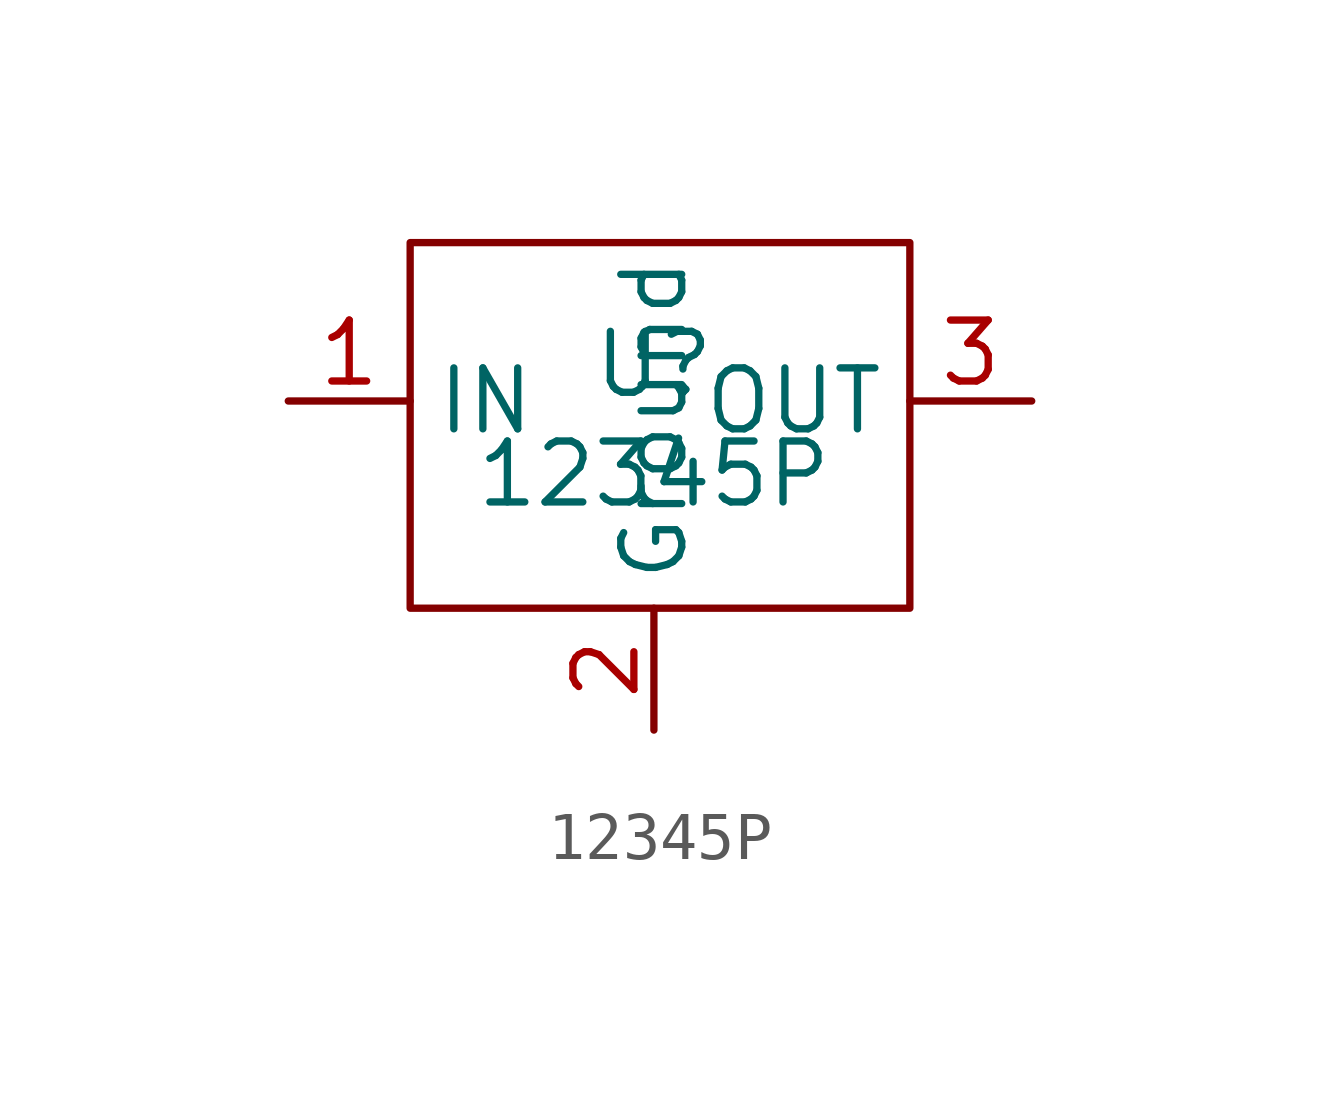
<source format=kicad_sym>
(kicad_symbol_lib
  (version 20211014)
  (generator kicad_symbol_editor)
  (symbol "12345P"
    (property "Reference" "U"
      (at 0 0 0)
      (effects (font (size 1.27 1.27))))
    (property "Value" "12345P"
      (at 0 -2.286 0)
      (effects (font (size 1.27 1.27))))
    (symbol "12345P_0_1"
      (rectangle (start 5.334 -5.08) (end -5.08 2.54) (stroke (width 0) (type default) (color 0 0 0 0)) (fill (type none))))
    (symbol "12345P_1_1"
      (pin input line (at -7.62 -0.762 0) (length 2.54) (name "IN" (effects (font (size 1.27 1.27)))) (number "1" (effects (font (size 1.27 1.27)))))
      (pin input line (at 0 -7.62 90) (length 2.54) (name "Ground" (effects (font (size 1.27 1.27)))) (number "2" (effects (font (size 1.27 1.27)))))
      (pin input line (at 7.874 -0.762 180) (length 2.54) (name "OUT" (effects (font (size 1.27 1.27)))) (number "3" (effects (font (size 1.27 1.27))))))))
</source>
